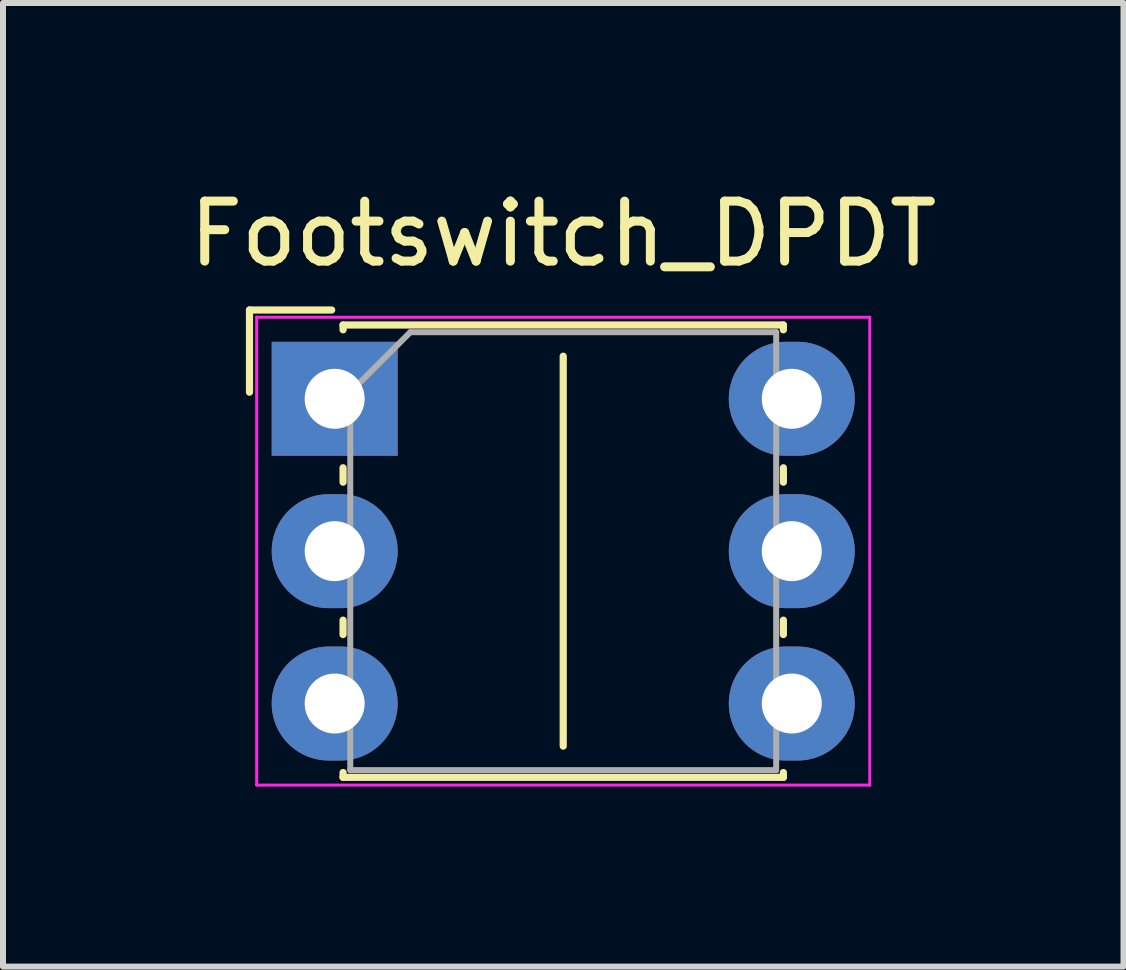
<source format=kicad_pcb>
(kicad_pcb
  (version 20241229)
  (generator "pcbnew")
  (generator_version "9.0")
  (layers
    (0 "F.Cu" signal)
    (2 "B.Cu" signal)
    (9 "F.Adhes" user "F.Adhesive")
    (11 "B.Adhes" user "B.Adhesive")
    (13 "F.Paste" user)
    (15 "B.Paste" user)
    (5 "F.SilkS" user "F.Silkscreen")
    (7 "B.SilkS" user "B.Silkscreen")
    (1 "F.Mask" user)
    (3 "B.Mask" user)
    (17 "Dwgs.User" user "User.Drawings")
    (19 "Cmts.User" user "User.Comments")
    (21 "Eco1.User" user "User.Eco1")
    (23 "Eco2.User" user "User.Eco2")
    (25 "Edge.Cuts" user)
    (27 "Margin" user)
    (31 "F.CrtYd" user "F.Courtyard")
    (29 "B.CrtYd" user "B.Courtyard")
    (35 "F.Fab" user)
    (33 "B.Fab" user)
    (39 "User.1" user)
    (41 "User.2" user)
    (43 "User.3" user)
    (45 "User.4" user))
  (footprint "Footswitch_DPDT"
    (layer "F.Cu")
    (at 2.379 3.388)
    (property "Reference" "Footswitch_DPDT" (at 3.96 -2.54 0) (layer "F.SilkS") (effects (font (size 1 1) (thickness 0.15))))
    (attr through_hole)
    (fp_line (start -1.27 -1.27) (end 0.1 -1.27) (stroke (width 0.12) (type solid)) (layer "F.SilkS"))
    (fp_line (start -1.27 0.1) (end -1.27 -1.27) (stroke (width 0.12) (type solid)) (layer "F.SilkS"))
    (fp_line (start 0.29 -1.02) (end 7.63 -1.02) (stroke (width 0.12) (type solid)) (layer "F.SilkS"))
    (fp_line (start 0.29 -0.94) (end 0.29 -1.02) (stroke (width 0.12) (type solid)) (layer "F.SilkS"))
    (fp_line (start 0.29 1.36) (end 0.29 1.6) (stroke (width 0.12) (type solid)) (layer "F.SilkS"))
    (fp_line (start 0.29 3.9) (end 0.29 4.14) (stroke (width 0.12) (type solid)) (layer "F.SilkS"))
    (fp_line (start 0.29 6.44) (end 0.29 6.52) (stroke (width 0.12) (type solid)) (layer "F.SilkS"))
    (fp_line (start 0.29 6.52) (end 7.63 6.52) (stroke (width 0.12) (type solid)) (layer "F.SilkS"))
    (fp_line (start 3.96 -0.5) (end 3.96 6) (stroke (width 0.12) (type solid)) (layer "F.SilkS"))
    (fp_line (start 7.63 -1.02) (end 7.63 -0.94) (stroke (width 0.12) (type solid)) (layer "F.SilkS"))
    (fp_line (start 7.63 1.36) (end 7.63 1.6) (stroke (width 0.12) (type solid)) (layer "F.SilkS"))
    (fp_line (start 7.63 3.9) (end 7.63 4.14) (stroke (width 0.12) (type solid)) (layer "F.SilkS"))
    (fp_line (start 7.63 6.52) (end 7.63 6.44) (stroke (width 0.12) (type solid)) (layer "F.SilkS"))
    (fp_line (start -1.15 -1.15) (end -1.15 6.65) (stroke (width 0.05) (type solid)) (layer "F.CrtYd"))
    (fp_line (start -1.15 6.65) (end 9.07 6.65) (stroke (width 0.05) (type solid)) (layer "F.CrtYd"))
    (fp_line (start 9.07 -1.15) (end -1.15 -1.15) (stroke (width 0.05) (type solid)) (layer "F.CrtYd"))
    (fp_line (start 9.07 6.65) (end 9.07 -1.15) (stroke (width 0.05) (type solid)) (layer "F.CrtYd"))
    (fp_line (start 0.41 0.1) (end 1.41 -0.9) (stroke (width 0.1) (type solid)) (layer "F.Fab"))
    (fp_line (start 0.41 6.4) (end 0.41 0.1) (stroke (width 0.1) (type solid)) (layer "F.Fab"))
    (fp_line (start 1.41 -0.9) (end 7.51 -0.9) (stroke (width 0.1) (type solid)) (layer "F.Fab"))
    (fp_line (start 7.51 -0.9) (end 7.51 6.4) (stroke (width 0.1) (type solid)) (layer "F.Fab"))
    (fp_line (start 7.51 6.4) (end 0.41 6.4) (stroke (width 0.1) (type solid)) (layer "F.Fab"))
    (pad "1" thru_hole rect (at 0.15 0.21) (size 2.1 1.9) (drill 1) (layers "*.Cu" "*.Mask"))
    (pad "2" thru_hole oval (at 0.15 2.75) (size 2.1 1.9) (drill 1) (layers "*.Cu" "*.Mask"))
    (pad "3" thru_hole oval (at 0.15 5.29) (size 2.1 1.9) (drill 1) (layers "*.Cu" "*.Mask"))
    (pad "4" thru_hole oval (at 7.77 0.21) (size 2.1 1.9) (drill 1) (layers "*.Cu" "*.Mask"))
    (pad "5" thru_hole oval (at 7.77 2.75) (size 2.1 1.9) (drill 1) (layers "*.Cu" "*.Mask"))
    (pad "6" thru_hole oval (at 7.77 5.29) (size 2.1 1.9) (drill 1) (layers "*.Cu" "*.Mask")))
  (gr_rect
    (start -3 -3)
    (end 15.679 13.063)
    (stroke (width 0.1) (type default))
    (fill no)
    (layer "Edge.Cuts")))
</source>
